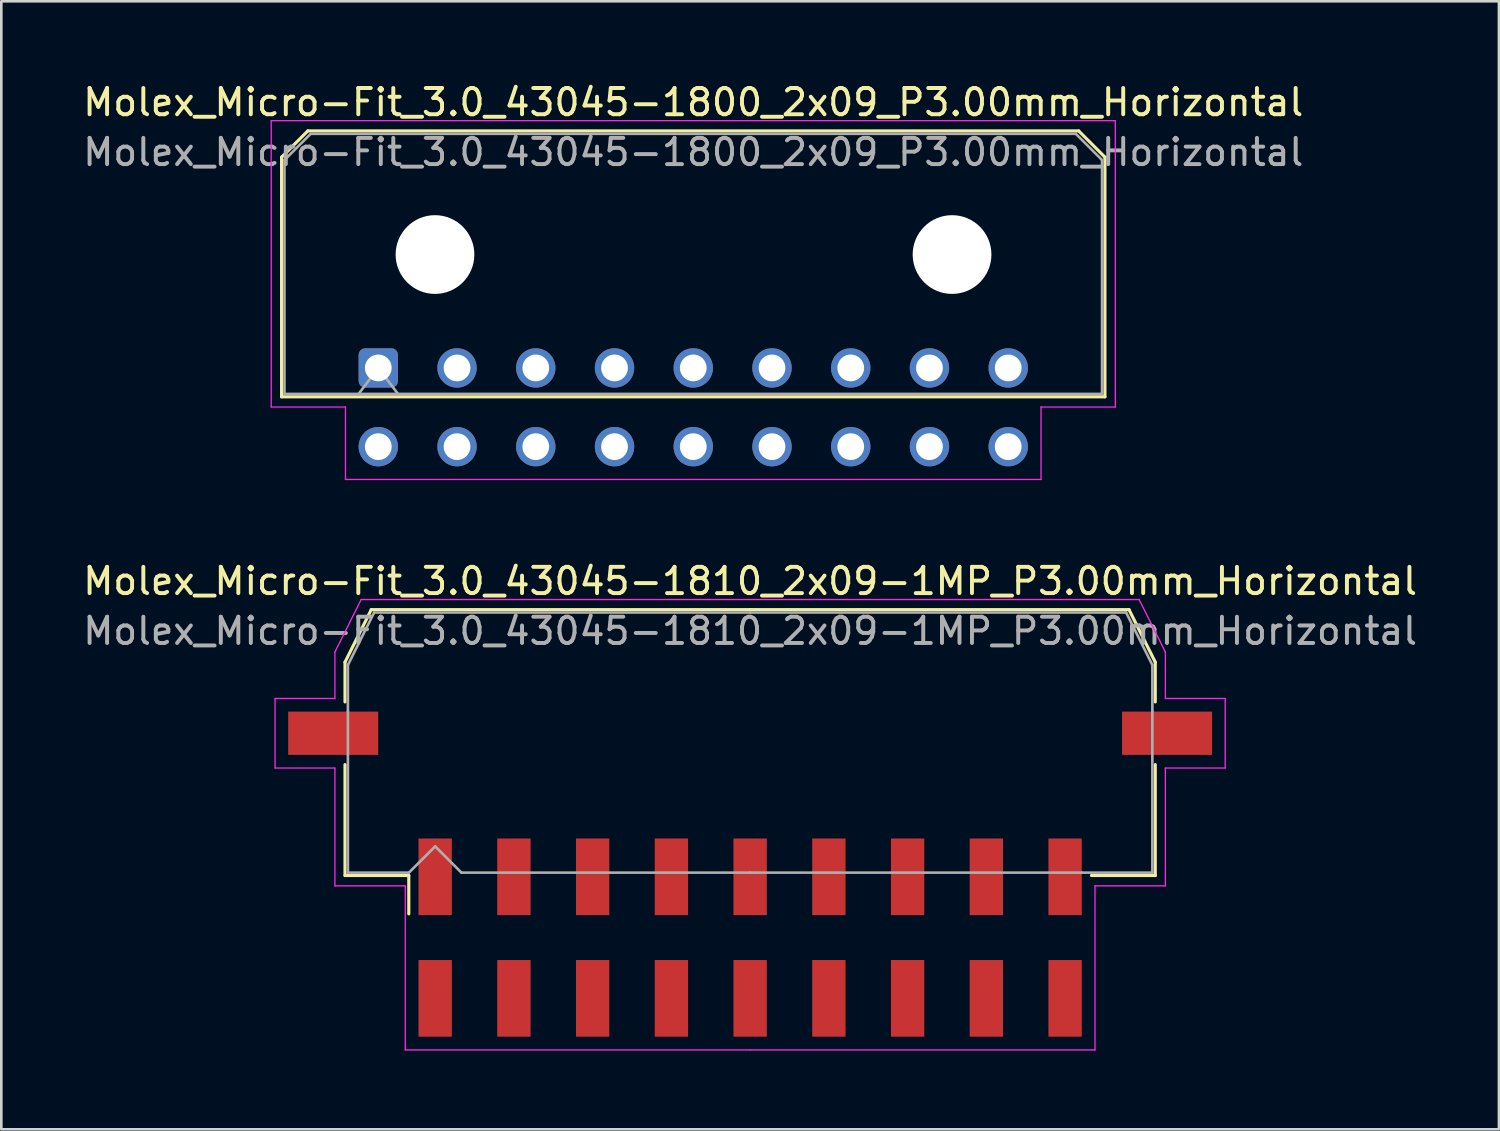
<source format=kicad_pcb>
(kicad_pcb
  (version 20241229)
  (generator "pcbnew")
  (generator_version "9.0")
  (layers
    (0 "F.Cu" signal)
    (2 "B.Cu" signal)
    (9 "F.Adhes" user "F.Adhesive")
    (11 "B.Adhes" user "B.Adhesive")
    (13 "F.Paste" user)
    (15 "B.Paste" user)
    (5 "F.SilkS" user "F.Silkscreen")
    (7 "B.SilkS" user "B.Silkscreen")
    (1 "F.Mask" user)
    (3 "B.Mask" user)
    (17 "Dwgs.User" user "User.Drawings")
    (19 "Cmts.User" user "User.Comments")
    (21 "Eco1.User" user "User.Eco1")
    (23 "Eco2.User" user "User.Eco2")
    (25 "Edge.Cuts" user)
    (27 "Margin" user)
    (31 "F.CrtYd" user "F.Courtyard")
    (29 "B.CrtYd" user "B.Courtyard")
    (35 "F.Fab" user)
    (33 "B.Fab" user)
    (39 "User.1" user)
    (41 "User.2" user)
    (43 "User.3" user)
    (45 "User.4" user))
  (footprint "Molex_Micro-Fit_3.0_43045-1810_2x09-1MP_P3.00mm_Horizontal"
    (layer "F.Cu")
    (at 25.53 32.672)
    (property "Reference" "Molex_Micro-Fit_3.0_43045-1810_2x09-1MP_P3.00mm_Horizontal" (at 0 -13.58 0) (layer "F.SilkS") (effects (font (size 1 1) (thickness 0.15))))
    (attr smd)
    (fp_line (start -15.435 -10.495) (end -15.435 -8.98) (stroke (width 0.12) (type solid)) (layer "F.SilkS"))
    (fp_line (start -15.435 -6.59) (end -15.435 -2.365) (stroke (width 0.12) (type solid)) (layer "F.SilkS"))
    (fp_line (start -15.435 -2.365) (end -13.005 -2.365) (stroke (width 0.12) (type solid)) (layer "F.SilkS"))
    (fp_line (start -14.435 -12.495) (end -15.435 -10.495) (stroke (width 0.12) (type solid)) (layer "F.SilkS"))
    (fp_line (start -13.005 -2.365) (end -13.005 -0.905) (stroke (width 0.12) (type solid)) (layer "F.SilkS"))
    (fp_line (start 0 -12.495) (end -14.435 -12.495) (stroke (width 0.12) (type solid)) (layer "F.SilkS"))
    (fp_line (start 0 -12.495) (end 14.435 -12.495) (stroke (width 0.12) (type solid)) (layer "F.SilkS"))
    (fp_line (start 14.435 -12.495) (end 15.435 -10.495) (stroke (width 0.12) (type solid)) (layer "F.SilkS"))
    (fp_line (start 15.435 -10.495) (end 15.435 -8.98) (stroke (width 0.12) (type solid)) (layer "F.SilkS"))
    (fp_line (start 15.435 -6.59) (end 15.435 -2.365) (stroke (width 0.12) (type solid)) (layer "F.SilkS"))
    (fp_line (start 15.435 -2.365) (end 13.005 -2.365) (stroke (width 0.12) (type solid)) (layer "F.SilkS"))
    (fp_line (start -18.1 -9.11) (end -18.1 -6.46) (stroke (width 0.05) (type solid)) (layer "F.CrtYd"))
    (fp_line (start -18.1 -6.46) (end -15.82 -6.46) (stroke (width 0.05) (type solid)) (layer "F.CrtYd"))
    (fp_line (start -15.82 -10.88) (end -15.82 -9.11) (stroke (width 0.05) (type solid)) (layer "F.CrtYd"))
    (fp_line (start -15.82 -9.11) (end -18.1 -9.11) (stroke (width 0.05) (type solid)) (layer "F.CrtYd"))
    (fp_line (start -15.82 -6.46) (end -15.82 -1.97) (stroke (width 0.05) (type solid)) (layer "F.CrtYd"))
    (fp_line (start -15.82 -1.97) (end -13.14 -1.97) (stroke (width 0.05) (type solid)) (layer "F.CrtYd"))
    (fp_line (start -14.82 -12.88) (end -15.82 -10.88) (stroke (width 0.05) (type solid)) (layer "F.CrtYd"))
    (fp_line (start -13.14 -1.97) (end -13.14 4.28) (stroke (width 0.05) (type solid)) (layer "F.CrtYd"))
    (fp_line (start -13.14 4.28) (end 0 4.28) (stroke (width 0.05) (type solid)) (layer "F.CrtYd"))
    (fp_line (start 0 -12.88) (end -14.82 -12.88) (stroke (width 0.05) (type solid)) (layer "F.CrtYd"))
    (fp_line (start 0 -12.88) (end 14.82 -12.88) (stroke (width 0.05) (type solid)) (layer "F.CrtYd"))
    (fp_line (start 13.14 -1.97) (end 13.14 4.28) (stroke (width 0.05) (type solid)) (layer "F.CrtYd"))
    (fp_line (start 13.14 4.28) (end 0 4.28) (stroke (width 0.05) (type solid)) (layer "F.CrtYd"))
    (fp_line (start 14.82 -12.88) (end 15.82 -10.88) (stroke (width 0.05) (type solid)) (layer "F.CrtYd"))
    (fp_line (start 15.82 -10.88) (end 15.82 -9.11) (stroke (width 0.05) (type solid)) (layer "F.CrtYd"))
    (fp_line (start 15.82 -9.11) (end 18.1 -9.11) (stroke (width 0.05) (type solid)) (layer "F.CrtYd"))
    (fp_line (start 15.82 -6.46) (end 15.82 -1.97) (stroke (width 0.05) (type solid)) (layer "F.CrtYd"))
    (fp_line (start 15.82 -1.97) (end 13.14 -1.97) (stroke (width 0.05) (type solid)) (layer "F.CrtYd"))
    (fp_line (start 18.1 -9.11) (end 18.1 -6.46) (stroke (width 0.05) (type solid)) (layer "F.CrtYd"))
    (fp_line (start 18.1 -6.46) (end 15.82 -6.46) (stroke (width 0.05) (type solid)) (layer "F.CrtYd"))
    (fp_line (start -15.325 -10.385) (end -15.325 -8.61) (stroke (width 0.1) (type solid)) (layer "F.Fab"))
    (fp_line (start -15.325 -8.61) (end -15.325 -2.475) (stroke (width 0.1) (type solid)) (layer "F.Fab"))
    (fp_line (start -15.325 -2.475) (end -13 -2.475) (stroke (width 0.1) (type solid)) (layer "F.Fab"))
    (fp_line (start -14.325 -12.385) (end -15.325 -10.385) (stroke (width 0.1) (type solid)) (layer "F.Fab"))
    (fp_line (start -13 -2.475) (end -12 -3.475) (stroke (width 0.1) (type solid)) (layer "F.Fab"))
    (fp_line (start -12 -3.475) (end -11 -2.475) (stroke (width 0.1) (type solid)) (layer "F.Fab"))
    (fp_line (start -11 -2.475) (end 0 -2.475) (stroke (width 0.1) (type solid)) (layer "F.Fab"))
    (fp_line (start 0 -12.385) (end -14.325 -12.385) (stroke (width 0.1) (type solid)) (layer "F.Fab"))
    (fp_line (start 0 -12.385) (end 14.325 -12.385) (stroke (width 0.1) (type solid)) (layer "F.Fab"))
    (fp_line (start 12.635 -2.475) (end 0 -2.475) (stroke (width 0.1) (type solid)) (layer "F.Fab"))
    (fp_line (start 14.325 -12.385) (end 15.325 -10.385) (stroke (width 0.1) (type solid)) (layer "F.Fab"))
    (fp_line (start 15.325 -10.385) (end 15.325 -8.61) (stroke (width 0.1) (type solid)) (layer "F.Fab"))
    (fp_line (start 15.325 -8.61) (end 15.325 -2.475) (stroke (width 0.1) (type solid)) (layer "F.Fab"))
    (fp_line (start 15.325 -2.475) (end 12.635 -2.475) (stroke (width 0.1) (type solid)) (layer "F.Fab"))
    (fp_text user "${REFERENCE}" (at 0 -11.68 0) (layer "F.Fab") (effects (font (size 1 1) (thickness 0.15))))
    (pad "1" smd rect (at -12 -2.315) (size 1.27 2.92) (layers "F.Cu" "F.Mask" "F.Paste"))
    (pad "2" smd rect (at -9 -2.315) (size 1.27 2.92) (layers "F.Cu" "F.Mask" "F.Paste"))
    (pad "3" smd rect (at -6 -2.315) (size 1.27 2.92) (layers "F.Cu" "F.Mask" "F.Paste"))
    (pad "4" smd rect (at -3 -2.315) (size 1.27 2.92) (layers "F.Cu" "F.Mask" "F.Paste"))
    (pad "5" smd rect (at 0 -2.315) (size 1.27 2.92) (layers "F.Cu" "F.Mask" "F.Paste"))
    (pad "6" smd rect (at 3 -2.315) (size 1.27 2.92) (layers "F.Cu" "F.Mask" "F.Paste"))
    (pad "7" smd rect (at 6 -2.315) (size 1.27 2.92) (layers "F.Cu" "F.Mask" "F.Paste"))
    (pad "8" smd rect (at 9 -2.315) (size 1.27 2.92) (layers "F.Cu" "F.Mask" "F.Paste"))
    (pad "9" smd rect (at 12 -2.315) (size 1.27 2.92) (layers "F.Cu" "F.Mask" "F.Paste"))
    (pad "10" smd rect (at -12 2.315) (size 1.27 2.92) (layers "F.Cu" "F.Mask" "F.Paste"))
    (pad "11" smd rect (at -9 2.315) (size 1.27 2.92) (layers "F.Cu" "F.Mask" "F.Paste"))
    (pad "12" smd rect (at -6 2.315) (size 1.27 2.92) (layers "F.Cu" "F.Mask" "F.Paste"))
    (pad "13" smd rect (at -3 2.315) (size 1.27 2.92) (layers "F.Cu" "F.Mask" "F.Paste"))
    (pad "14" smd rect (at 0 2.315) (size 1.27 2.92) (layers "F.Cu" "F.Mask" "F.Paste"))
    (pad "15" smd rect (at 3 2.315) (size 1.27 2.92) (layers "F.Cu" "F.Mask" "F.Paste"))
    (pad "16" smd rect (at 6 2.315) (size 1.27 2.92) (layers "F.Cu" "F.Mask" "F.Paste"))
    (pad "17" smd rect (at 9 2.315) (size 1.27 2.92) (layers "F.Cu" "F.Mask" "F.Paste"))
    (pad "18" smd rect (at 12 2.315) (size 1.27 2.92) (layers "F.Cu" "F.Mask" "F.Paste"))
    (pad "MP" smd rect (at -15.885 -7.785) (size 3.43 1.65) (layers "F.Cu" "F.Mask" "F.Paste"))
    (pad "MP" smd rect (at 15.885 -7.785) (size 3.43 1.65) (layers "F.Cu" "F.Mask" "F.Paste")))
  (footprint "Molex_Micro-Fit_3.0_43045-1800_2x09_P3.00mm_Horizontal"
    (layer "F.Cu")
    (at 11.363 10.968)
    (property "Reference" "Molex_Micro-Fit_3.0_43045-1800_2x09_P3.00mm_Horizontal" (at 12 -10.12 0) (layer "F.SilkS") (effects (font (size 1 1) (thickness 0.15))))
    (attr through_hole)
    (fp_line (start -3.685 -8.03) (end -2.685 -9.03) (stroke (width 0.12) (type solid)) (layer "F.SilkS"))
    (fp_line (start -3.685 1.1) (end -3.685 -8.03) (stroke (width 0.12) (type solid)) (layer "F.SilkS"))
    (fp_line (start -2.685 -9.03) (end 26.685 -9.03) (stroke (width 0.12) (type solid)) (layer "F.SilkS"))
    (fp_line (start 26.685 -9.03) (end 27.685 -8.03) (stroke (width 0.12) (type solid)) (layer "F.SilkS"))
    (fp_line (start 27.685 -8.03) (end 27.685 1.1) (stroke (width 0.12) (type solid)) (layer "F.SilkS"))
    (fp_line (start 27.685 1.1) (end -3.685 1.1) (stroke (width 0.12) (type solid)) (layer "F.SilkS"))
    (fp_line (start -4.08 -9.42) (end 28.08 -9.42) (stroke (width 0.05) (type solid)) (layer "F.CrtYd"))
    (fp_line (start -4.08 1.49) (end -4.08 -9.42) (stroke (width 0.05) (type solid)) (layer "F.CrtYd"))
    (fp_line (start -1.25 1.49) (end -4.08 1.49) (stroke (width 0.05) (type solid)) (layer "F.CrtYd"))
    (fp_line (start -1.25 4.25) (end -1.25 1.49) (stroke (width 0.05) (type solid)) (layer "F.CrtYd"))
    (fp_line (start 25.25 1.49) (end 25.25 4.25) (stroke (width 0.05) (type solid)) (layer "F.CrtYd"))
    (fp_line (start 25.25 4.25) (end -1.25 4.25) (stroke (width 0.05) (type solid)) (layer "F.CrtYd"))
    (fp_line (start 28.08 -9.42) (end 28.08 1.49) (stroke (width 0.05) (type solid)) (layer "F.CrtYd"))
    (fp_line (start 28.08 1.49) (end 25.25 1.49) (stroke (width 0.05) (type solid)) (layer "F.CrtYd"))
    (fp_line (start -3.575 -7.92) (end -2.575 -8.92) (stroke (width 0.1) (type solid)) (layer "F.Fab"))
    (fp_line (start -3.575 0.99) (end -3.575 -7.92) (stroke (width 0.1) (type solid)) (layer "F.Fab"))
    (fp_line (start -2.575 -8.92) (end 26.575 -8.92) (stroke (width 0.1) (type solid)) (layer "F.Fab"))
    (fp_line (start -0.75 0.99) (end 0 0) (stroke (width 0.1) (type solid)) (layer "F.Fab"))
    (fp_line (start 0 0) (end 0.75 0.99) (stroke (width 0.1) (type solid)) (layer "F.Fab"))
    (fp_line (start 26.575 -8.92) (end 27.575 -7.92) (stroke (width 0.1) (type solid)) (layer "F.Fab"))
    (fp_line (start 27.575 -7.92) (end 27.575 0.99) (stroke (width 0.1) (type solid)) (layer "F.Fab"))
    (fp_line (start 27.575 0.99) (end -3.575 0.99) (stroke (width 0.1) (type solid)) (layer "F.Fab"))
    (fp_text user "${REFERENCE}" (at 12 -8.22 0) (layer "F.Fab") (effects (font (size 1 1) (thickness 0.15))))
    (pad "" np_thru_hole circle (at 2.16 -4.32) (size 3 3) (drill 3) (layers "*.Cu" "*.Mask"))
    (pad "" np_thru_hole circle (at 21.86 -4.32) (size 3 3) (drill 3) (layers "*.Cu" "*.Mask"))
    (pad "1" thru_hole roundrect (at 0 0) (size 1.5 1.5) (drill 1.02) (layers "*.Cu" "*.Mask") (roundrect_rratio 0.167))
    (pad "2" thru_hole circle (at 3 0) (size 1.5 1.5) (drill 1.02) (layers "*.Cu" "*.Mask"))
    (pad "3" thru_hole circle (at 6 0) (size 1.5 1.5) (drill 1.02) (layers "*.Cu" "*.Mask"))
    (pad "4" thru_hole circle (at 9 0) (size 1.5 1.5) (drill 1.02) (layers "*.Cu" "*.Mask"))
    (pad "5" thru_hole circle (at 12 0) (size 1.5 1.5) (drill 1.02) (layers "*.Cu" "*.Mask"))
    (pad "6" thru_hole circle (at 15 0) (size 1.5 1.5) (drill 1.02) (layers "*.Cu" "*.Mask"))
    (pad "7" thru_hole circle (at 18 0) (size 1.5 1.5) (drill 1.02) (layers "*.Cu" "*.Mask"))
    (pad "8" thru_hole circle (at 21 0) (size 1.5 1.5) (drill 1.02) (layers "*.Cu" "*.Mask"))
    (pad "9" thru_hole circle (at 24 0) (size 1.5 1.5) (drill 1.02) (layers "*.Cu" "*.Mask"))
    (pad "10" thru_hole circle (at 0 3) (size 1.5 1.5) (drill 1.02) (layers "*.Cu" "*.Mask"))
    (pad "11" thru_hole circle (at 3 3) (size 1.5 1.5) (drill 1.02) (layers "*.Cu" "*.Mask"))
    (pad "12" thru_hole circle (at 6 3) (size 1.5 1.5) (drill 1.02) (layers "*.Cu" "*.Mask"))
    (pad "13" thru_hole circle (at 9 3) (size 1.5 1.5) (drill 1.02) (layers "*.Cu" "*.Mask"))
    (pad "14" thru_hole circle (at 12 3) (size 1.5 1.5) (drill 1.02) (layers "*.Cu" "*.Mask"))
    (pad "15" thru_hole circle (at 15 3) (size 1.5 1.5) (drill 1.02) (layers "*.Cu" "*.Mask"))
    (pad "16" thru_hole circle (at 18 3) (size 1.5 1.5) (drill 1.02) (layers "*.Cu" "*.Mask"))
    (pad "17" thru_hole circle (at 21 3) (size 1.5 1.5) (drill 1.02) (layers "*.Cu" "*.Mask"))
    (pad "18" thru_hole circle (at 24 3) (size 1.5 1.5) (drill 1.02) (layers "*.Cu" "*.Mask")))
  (gr_rect
    (start -3 -3)
    (end 54.06 39.977)
    (stroke (width 0.1) (type default))
    (fill no)
    (layer "Edge.Cuts")))
</source>
